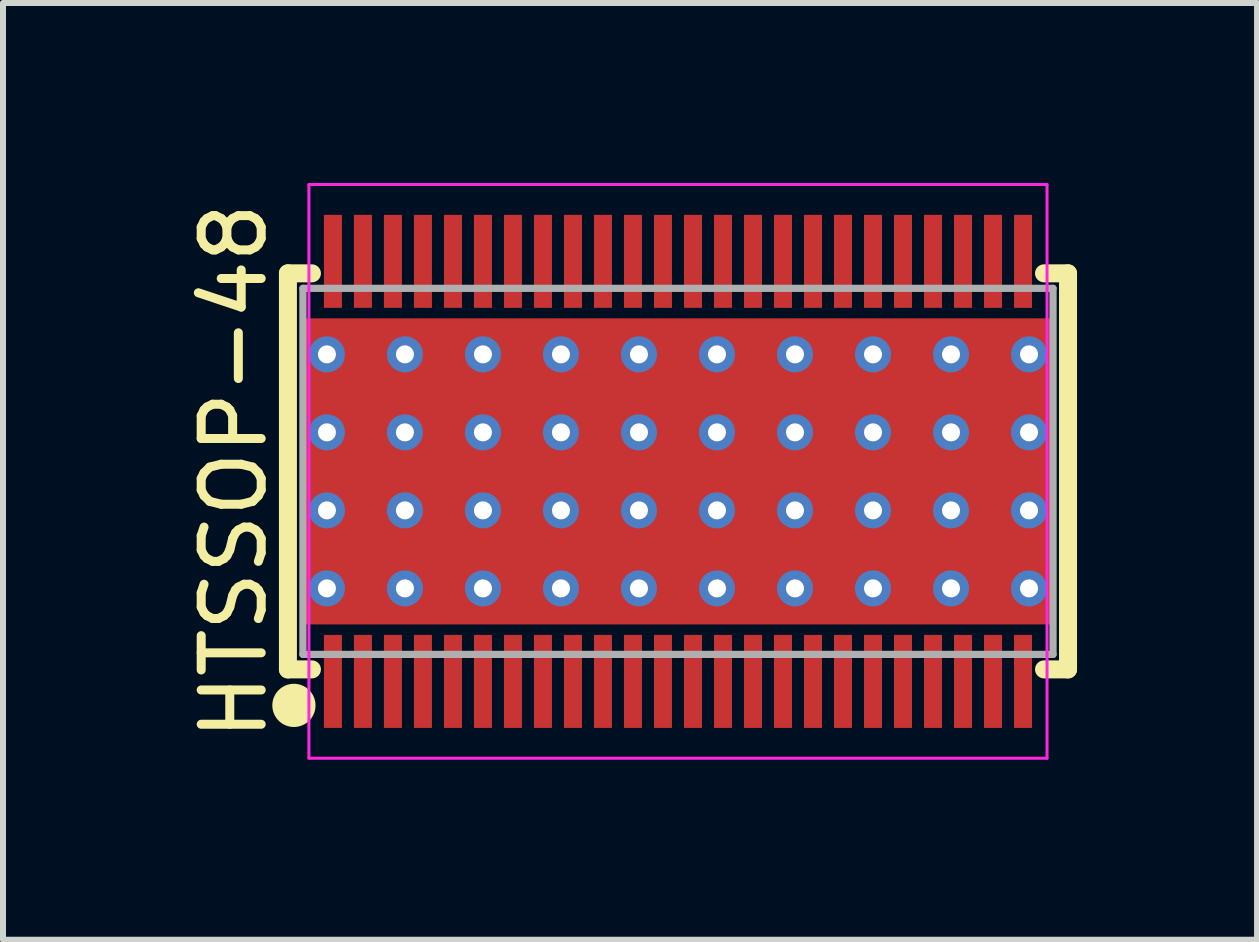
<source format=kicad_pcb>
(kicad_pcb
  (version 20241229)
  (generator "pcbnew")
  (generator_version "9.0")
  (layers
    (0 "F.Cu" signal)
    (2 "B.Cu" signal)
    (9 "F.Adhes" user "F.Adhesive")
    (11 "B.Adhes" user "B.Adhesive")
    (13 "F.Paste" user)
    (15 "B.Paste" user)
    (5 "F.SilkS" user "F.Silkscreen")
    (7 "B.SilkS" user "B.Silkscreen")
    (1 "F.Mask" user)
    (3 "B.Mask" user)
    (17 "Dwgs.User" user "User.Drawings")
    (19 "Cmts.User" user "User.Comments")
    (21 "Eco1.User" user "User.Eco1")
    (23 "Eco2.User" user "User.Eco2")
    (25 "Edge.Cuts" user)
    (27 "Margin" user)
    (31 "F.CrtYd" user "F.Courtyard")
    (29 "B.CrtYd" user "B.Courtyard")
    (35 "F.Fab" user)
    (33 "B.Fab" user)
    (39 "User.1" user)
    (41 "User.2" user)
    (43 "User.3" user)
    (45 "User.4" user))
  (footprint "HTSSOP-48"
    (layer "F.Cu")
    (at 8.248 4.805)
    (property "Reference" "HTSSOP-48" (at -7.4 0 90) (layer "F.SilkS") (effects (font (size 1 1) (thickness 0.15))))
    (attr smd)
    (fp_rect (start -3.7 -2) (end 3.5 2) (stroke (width 0.12) (type solid)) (fill yes) (layer "F.Mask"))
    (fp_line (start -6.5 -3.3) (end -6.5 3.3) (stroke (width 0.3) (type solid)) (layer "F.SilkS"))
    (fp_line (start -6.5 -3.3) (end -6.1 -3.3) (stroke (width 0.3) (type solid)) (layer "F.SilkS"))
    (fp_line (start -6.5 3.3) (end -6.1 3.3) (stroke (width 0.3) (type solid)) (layer "F.SilkS"))
    (fp_line (start 6.5 -3.3) (end 6.1 -3.3) (stroke (width 0.3) (type solid)) (layer "F.SilkS"))
    (fp_line (start 6.5 3.3) (end 6.1 3.3) (stroke (width 0.3) (type solid)) (layer "F.SilkS"))
    (fp_line (start 6.5 3.3) (end 6.5 -3.3) (stroke (width 0.3) (type solid)) (layer "F.SilkS"))
    (fp_circle (center -6.4 3.9) (end -6.1 3.9) (stroke (width 0.12) (type solid)) (fill yes) (layer "F.SilkS"))
    (fp_rect (start -3.2 -1.8) (end 3.2 1.8) (stroke (width 0.12) (type solid)) (fill yes) (layer "F.Paste"))
    (fp_line (start -6.15 -4.78) (end 6.15 -4.78) (stroke (width 0.05) (type solid)) (layer "F.CrtYd"))
    (fp_line (start -6.15 4.78) (end -6.15 -4.78) (stroke (width 0.05) (type solid)) (layer "F.CrtYd"))
    (fp_line (start 6.15 -4.78) (end 6.15 4.78) (stroke (width 0.05) (type solid)) (layer "F.CrtYd"))
    (fp_line (start 6.15 4.78) (end -6.15 4.78) (stroke (width 0.05) (type solid)) (layer "F.CrtYd"))
    (fp_line (start -6.25 -3.05) (end 6.25 -3.05) (stroke (width 0.12) (type solid)) (layer "F.Fab"))
    (fp_line (start -6.25 3.05) (end -6.25 -3.05) (stroke (width 0.12) (type solid)) (layer "F.Fab"))
    (fp_line (start 6.25 -3.05) (end 6.25 3.05) (stroke (width 0.12) (type solid)) (layer "F.Fab"))
    (fp_line (start 6.25 3.05) (end -6.25 3.05) (stroke (width 0.12) (type solid)) (layer "F.Fab"))
    (pad "1" smd rect (at -5.75 3.5) (size 0.3 1.55) (layers "F.Cu" "F.Mask" "F.Paste"))
    (pad "2" smd rect (at -5.25 3.5) (size 0.3 1.55) (layers "F.Cu" "F.Mask" "F.Paste"))
    (pad "3" smd rect (at -4.75 3.5) (size 0.3 1.55) (layers "F.Cu" "F.Mask" "F.Paste"))
    (pad "4" smd rect (at -4.25 3.5) (size 0.3 1.55) (layers "F.Cu" "F.Mask" "F.Paste"))
    (pad "5" smd rect (at -3.75 3.5) (size 0.3 1.55) (layers "F.Cu" "F.Mask" "F.Paste"))
    (pad "6" smd rect (at -3.25 3.5) (size 0.3 1.55) (layers "F.Cu" "F.Mask" "F.Paste"))
    (pad "7" smd rect (at -2.75 3.5) (size 0.3 1.55) (layers "F.Cu" "F.Mask" "F.Paste"))
    (pad "8" smd rect (at -2.25 3.5) (size 0.3 1.55) (layers "F.Cu" "F.Mask" "F.Paste"))
    (pad "9" smd rect (at -1.75 3.5) (size 0.3 1.55) (layers "F.Cu" "F.Mask" "F.Paste"))
    (pad "10" smd rect (at -1.25 3.5) (size 0.3 1.55) (layers "F.Cu" "F.Mask" "F.Paste"))
    (pad "11" smd rect (at -0.75 3.5) (size 0.3 1.55) (layers "F.Cu" "F.Mask" "F.Paste"))
    (pad "12" smd rect (at -0.25 3.5) (size 0.3 1.55) (layers "F.Cu" "F.Mask" "F.Paste"))
    (pad "13" smd rect (at 0.25 3.5) (size 0.3 1.55) (layers "F.Cu" "F.Mask" "F.Paste"))
    (pad "14" smd rect (at 0.75 3.5) (size 0.3 1.55) (layers "F.Cu" "F.Mask" "F.Paste"))
    (pad "15" smd rect (at 1.25 3.5) (size 0.3 1.55) (layers "F.Cu" "F.Mask" "F.Paste"))
    (pad "16" smd rect (at 1.75 3.5) (size 0.3 1.55) (layers "F.Cu" "F.Mask" "F.Paste"))
    (pad "17" smd rect (at 2.25 3.5) (size 0.3 1.55) (layers "F.Cu" "F.Mask" "F.Paste"))
    (pad "18" smd rect (at 2.75 3.5) (size 0.3 1.55) (layers "F.Cu" "F.Mask" "F.Paste"))
    (pad "19" smd rect (at 3.25 3.5) (size 0.3 1.55) (layers "F.Cu" "F.Mask" "F.Paste"))
    (pad "20" smd rect (at 3.75 3.5) (size 0.3 1.55) (layers "F.Cu" "F.Mask" "F.Paste"))
    (pad "21" smd rect (at 4.25 3.5) (size 0.3 1.55) (layers "F.Cu" "F.Mask" "F.Paste"))
    (pad "22" smd rect (at 4.75 3.5) (size 0.3 1.55) (layers "F.Cu" "F.Mask" "F.Paste"))
    (pad "23" smd rect (at 5.25 3.5) (size 0.3 1.55) (layers "F.Cu" "F.Mask" "F.Paste"))
    (pad "24" smd rect (at 5.75 3.5) (size 0.3 1.55) (layers "F.Cu" "F.Mask" "F.Paste"))
    (pad "25" smd rect (at 5.75 -3.5) (size 0.3 1.55) (layers "F.Cu" "F.Mask" "F.Paste"))
    (pad "26" smd rect (at 5.25 -3.5) (size 0.3 1.55) (layers "F.Cu" "F.Mask" "F.Paste"))
    (pad "27" smd rect (at 4.75 -3.5) (size 0.3 1.55) (layers "F.Cu" "F.Mask" "F.Paste"))
    (pad "28" smd rect (at 4.25 -3.5) (size 0.3 1.55) (layers "F.Cu" "F.Mask" "F.Paste"))
    (pad "29" smd rect (at 3.75 -3.5) (size 0.3 1.55) (layers "F.Cu" "F.Mask" "F.Paste"))
    (pad "30" smd rect (at 3.25 -3.5) (size 0.3 1.55) (layers "F.Cu" "F.Mask" "F.Paste"))
    (pad "31" smd rect (at 2.75 -3.5) (size 0.3 1.55) (layers "F.Cu" "F.Mask" "F.Paste"))
    (pad "32" smd rect (at 2.25 -3.5) (size 0.3 1.55) (layers "F.Cu" "F.Mask" "F.Paste"))
    (pad "33" smd rect (at 1.75 -3.5) (size 0.3 1.55) (layers "F.Cu" "F.Mask" "F.Paste"))
    (pad "34" smd rect (at 1.25 -3.5) (size 0.3 1.55) (layers "F.Cu" "F.Mask" "F.Paste"))
    (pad "35" smd rect (at 0.75 -3.5) (size 0.3 1.55) (layers "F.Cu" "F.Mask" "F.Paste"))
    (pad "36" smd rect (at 0.25 -3.5) (size 0.3 1.55) (layers "F.Cu" "F.Mask" "F.Paste"))
    (pad "37" smd rect (at -0.25 -3.5) (size 0.3 1.55) (layers "F.Cu" "F.Mask" "F.Paste"))
    (pad "38" smd rect (at -0.75 -3.5) (size 0.3 1.55) (layers "F.Cu" "F.Mask" "F.Paste"))
    (pad "39" smd rect (at -1.25 -3.5) (size 0.3 1.55) (layers "F.Cu" "F.Mask" "F.Paste"))
    (pad "40" smd rect (at -1.75 -3.5) (size 0.3 1.55) (layers "F.Cu" "F.Mask" "F.Paste"))
    (pad "41" smd rect (at -2.25 -3.5) (size 0.3 1.55) (layers "F.Cu" "F.Mask" "F.Paste"))
    (pad "42" smd rect (at -2.75 -3.5) (size 0.3 1.55) (layers "F.Cu" "F.Mask" "F.Paste"))
    (pad "43" smd rect (at -3.25 -3.5) (size 0.3 1.55) (layers "F.Cu" "F.Mask" "F.Paste"))
    (pad "44" smd rect (at -3.75 -3.5) (size 0.3 1.55) (layers "F.Cu" "F.Mask" "F.Paste"))
    (pad "45" smd rect (at -4.25 -3.5) (size 0.3 1.55) (layers "F.Cu" "F.Mask" "F.Paste"))
    (pad "46" smd rect (at -4.75 -3.5) (size 0.3 1.55) (layers "F.Cu" "F.Mask" "F.Paste"))
    (pad "47" smd rect (at -5.25 -3.5) (size 0.3 1.55) (layers "F.Cu" "F.Mask" "F.Paste"))
    (pad "48" smd rect (at -5.75 -3.5) (size 0.3 1.55) (layers "F.Cu" "F.Mask" "F.Paste"))
    (pad "49" thru_hole circle (at -5.85 -1.95) (size 0.6 0.6) (drill 0.3) (layers "*.Cu"))
    (pad "49" thru_hole circle (at -5.85 -0.65) (size 0.6 0.6) (drill 0.3) (layers "*.Cu"))
    (pad "49" thru_hole circle (at -5.85 0.65) (size 0.6 0.6) (drill 0.3) (layers "*.Cu"))
    (pad "49" thru_hole circle (at -5.85 1.95) (size 0.6 0.6) (drill 0.3) (layers "*.Cu"))
    (pad "49" thru_hole circle (at -4.55 -1.95) (size 0.6 0.6) (drill 0.3) (layers "*.Cu"))
    (pad "49" thru_hole circle (at -4.55 -0.65) (size 0.6 0.6) (drill 0.3) (layers "*.Cu"))
    (pad "49" thru_hole circle (at -4.55 0.65) (size 0.6 0.6) (drill 0.3) (layers "*.Cu"))
    (pad "49" thru_hole circle (at -4.55 1.95) (size 0.6 0.6) (drill 0.3) (layers "*.Cu"))
    (pad "49" thru_hole circle (at -3.25 -1.95) (size 0.6 0.6) (drill 0.3) (layers "*.Cu"))
    (pad "49" thru_hole circle (at -3.25 -0.65) (size 0.6 0.6) (drill 0.3) (layers "*.Cu"))
    (pad "49" thru_hole circle (at -3.25 0.65) (size 0.6 0.6) (drill 0.3) (layers "*.Cu"))
    (pad "49" thru_hole circle (at -3.25 1.95) (size 0.6 0.6) (drill 0.3) (layers "*.Cu"))
    (pad "49" thru_hole circle (at -1.95 -1.95) (size 0.6 0.6) (drill 0.3) (layers "*.Cu"))
    (pad "49" thru_hole circle (at -1.95 -0.65) (size 0.6 0.6) (drill 0.3) (layers "*.Cu"))
    (pad "49" thru_hole circle (at -1.95 0.65) (size 0.6 0.6) (drill 0.3) (layers "*.Cu"))
    (pad "49" thru_hole circle (at -1.95 1.95) (size 0.6 0.6) (drill 0.3) (layers "*.Cu"))
    (pad "49" thru_hole circle (at -0.65 -1.95) (size 0.6 0.6) (drill 0.3) (layers "*.Cu"))
    (pad "49" thru_hole circle (at -0.65 -0.65) (size 0.6 0.6) (drill 0.3) (layers "*.Cu"))
    (pad "49" thru_hole circle (at -0.65 0.65) (size 0.6 0.6) (drill 0.3) (layers "*.Cu"))
    (pad "49" thru_hole circle (at -0.65 1.95) (size 0.6 0.6) (drill 0.3) (layers "*.Cu"))
    (pad "49" smd rect (at 0 0) (size 12.5 5.1) (layers "F.Cu"))
    (pad "49" thru_hole circle (at 0.65 -1.95) (size 0.6 0.6) (drill 0.3) (layers "*.Cu"))
    (pad "49" thru_hole circle (at 0.65 -0.65) (size 0.6 0.6) (drill 0.3) (layers "*.Cu"))
    (pad "49" thru_hole circle (at 0.65 0.65) (size 0.6 0.6) (drill 0.3) (layers "*.Cu"))
    (pad "49" thru_hole circle (at 0.65 1.95) (size 0.6 0.6) (drill 0.3) (layers "*.Cu"))
    (pad "49" thru_hole circle (at 1.95 -1.95) (size 0.6 0.6) (drill 0.3) (layers "*.Cu"))
    (pad "49" thru_hole circle (at 1.95 -0.65) (size 0.6 0.6) (drill 0.3) (layers "*.Cu"))
    (pad "49" thru_hole circle (at 1.95 0.65) (size 0.6 0.6) (drill 0.3) (layers "*.Cu"))
    (pad "49" thru_hole circle (at 1.95 1.95) (size 0.6 0.6) (drill 0.3) (layers "*.Cu"))
    (pad "49" thru_hole circle (at 3.25 -1.95) (size 0.6 0.6) (drill 0.3) (layers "*.Cu"))
    (pad "49" thru_hole circle (at 3.25 -0.65) (size 0.6 0.6) (drill 0.3) (layers "*.Cu"))
    (pad "49" thru_hole circle (at 3.25 0.65) (size 0.6 0.6) (drill 0.3) (layers "*.Cu"))
    (pad "49" thru_hole circle (at 3.25 1.95) (size 0.6 0.6) (drill 0.3) (layers "*.Cu"))
    (pad "49" thru_hole circle (at 4.55 -1.95) (size 0.6 0.6) (drill 0.3) (layers "*.Cu"))
    (pad "49" thru_hole circle (at 4.55 -0.65) (size 0.6 0.6) (drill 0.3) (layers "*.Cu"))
    (pad "49" thru_hole circle (at 4.55 0.65) (size 0.6 0.6) (drill 0.3) (layers "*.Cu"))
    (pad "49" thru_hole circle (at 4.55 1.95) (size 0.6 0.6) (drill 0.3) (layers "*.Cu"))
    (pad "49" thru_hole circle (at 5.85 -1.95) (size 0.6 0.6) (drill 0.3) (layers "*.Cu"))
    (pad "49" thru_hole circle (at 5.85 -0.65) (size 0.6 0.6) (drill 0.3) (layers "*.Cu"))
    (pad "49" thru_hole circle (at 5.85 0.65) (size 0.6 0.6) (drill 0.3) (layers "*.Cu"))
    (pad "49" thru_hole circle (at 5.85 1.95) (size 0.6 0.6) (drill 0.3) (layers "*.Cu")))
  (gr_rect
    (start -3 -3)
    (end 17.898 12.61)
    (stroke (width 0.1) (type default))
    (fill no)
    (layer "Edge.Cuts")))
</source>
